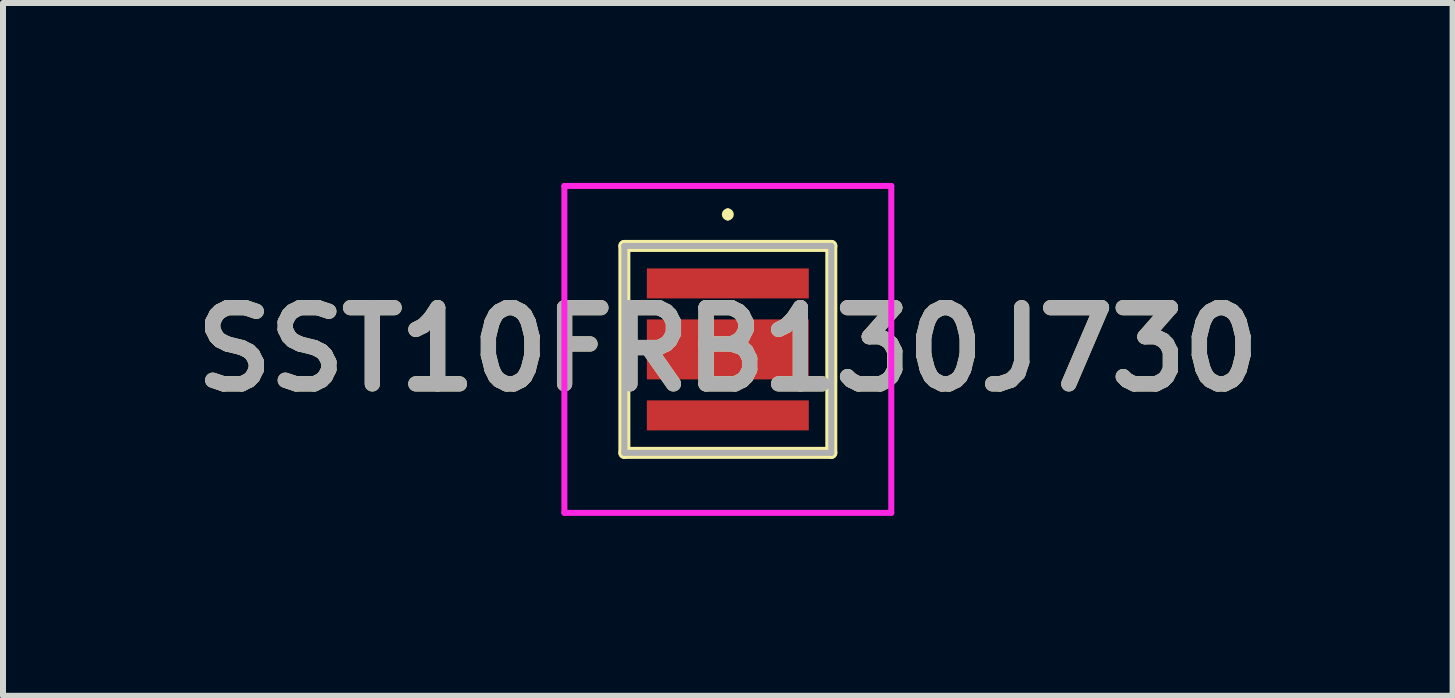
<source format=kicad_pcb>
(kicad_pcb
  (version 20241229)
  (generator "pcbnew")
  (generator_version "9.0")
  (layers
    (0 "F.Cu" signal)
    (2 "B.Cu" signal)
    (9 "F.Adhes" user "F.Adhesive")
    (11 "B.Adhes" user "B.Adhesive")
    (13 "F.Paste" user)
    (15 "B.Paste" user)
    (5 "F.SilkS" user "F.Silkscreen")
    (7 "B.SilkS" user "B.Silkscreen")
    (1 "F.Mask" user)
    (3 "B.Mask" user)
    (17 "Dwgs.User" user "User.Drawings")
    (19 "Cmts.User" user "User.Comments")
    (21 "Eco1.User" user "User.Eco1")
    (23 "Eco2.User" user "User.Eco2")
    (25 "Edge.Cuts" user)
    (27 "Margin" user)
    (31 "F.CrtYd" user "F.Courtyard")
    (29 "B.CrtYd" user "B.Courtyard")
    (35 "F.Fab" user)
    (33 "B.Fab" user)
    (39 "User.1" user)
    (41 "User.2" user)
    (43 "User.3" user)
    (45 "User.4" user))
  (footprint "SST10FRB130J730"
    (layer "F.Cu")
    (at 9.084 2.775)
    (property "Reference" "SST10FRB130J730" (at 0 0 0) (layer "F.SilkS") (effects (font (size 1.27 1.27) (thickness 0.254))))
    (attr smd)
    (fp_line (start -1.725 -1.725) (end 1.725 -1.725) (stroke (width 0.2) (type solid)) (layer "F.SilkS"))
    (fp_line (start -1.725 1.725) (end -1.725 -1.725) (stroke (width 0.2) (type solid)) (layer "F.SilkS"))
    (fp_line (start 0 -2.3) (end 0 -2.3) (stroke (width 0.1) (type solid)) (layer "F.SilkS"))
    (fp_line (start 0 -2.2) (end 0 -2.2) (stroke (width 0.1) (type solid)) (layer "F.SilkS"))
    (fp_line (start 1.725 -1.725) (end 1.725 1.725) (stroke (width 0.2) (type solid)) (layer "F.SilkS"))
    (fp_line (start 1.725 1.725) (end -1.725 1.725) (stroke (width 0.2) (type solid)) (layer "F.SilkS"))
    (fp_arc (start 0 -2.3) (mid 0.05 -2.25) (end 0 -2.2) (stroke (width 0.1) (type solid)) (layer "F.SilkS"))
    (fp_arc (start 0 -2.2) (mid -0.05 -2.25) (end 0 -2.3) (stroke (width 0.1) (type solid)) (layer "F.SilkS"))
    (fp_line (start -2.725 -2.725) (end 2.725 -2.725) (stroke (width 0.1) (type solid)) (layer "F.CrtYd"))
    (fp_line (start -2.725 2.725) (end -2.725 -2.725) (stroke (width 0.1) (type solid)) (layer "F.CrtYd"))
    (fp_line (start 2.725 -2.725) (end 2.725 2.725) (stroke (width 0.1) (type solid)) (layer "F.CrtYd"))
    (fp_line (start 2.725 2.725) (end -2.725 2.725) (stroke (width 0.1) (type solid)) (layer "F.CrtYd"))
    (fp_line (start -1.725 -1.725) (end -1.725 1.725) (stroke (width 0.1) (type solid)) (layer "F.Fab"))
    (fp_line (start -1.725 1.725) (end 1.725 1.725) (stroke (width 0.1) (type solid)) (layer "F.Fab"))
    (fp_line (start 1.725 -1.725) (end -1.725 -1.725) (stroke (width 0.1) (type solid)) (layer "F.Fab"))
    (fp_line (start 1.725 1.725) (end 1.725 -1.725) (stroke (width 0.1) (type solid)) (layer "F.Fab"))
    (fp_text user "${REFERENCE}" (at 0 0 0) (layer "F.Fab") (effects (font (size 1.27 1.27) (thickness 0.254))))
    (pad "1" smd rect (at 0 -1.1 90) (size 0.5 2.7) (layers "F.Cu" "F.Mask" "F.Paste"))
    (pad "2" smd rect (at 0 1.1 90) (size 0.5 2.7) (layers "F.Cu" "F.Mask" "F.Paste"))
    (pad "3" smd rect (at 0 0 90) (size 1 2.7) (layers "F.Cu" "F.Mask" "F.Paste")))
  (gr_rect
    (start -3 -3)
    (end 21.167 8.55)
    (stroke (width 0.1) (type default))
    (fill no)
    (layer "Edge.Cuts")))
</source>
